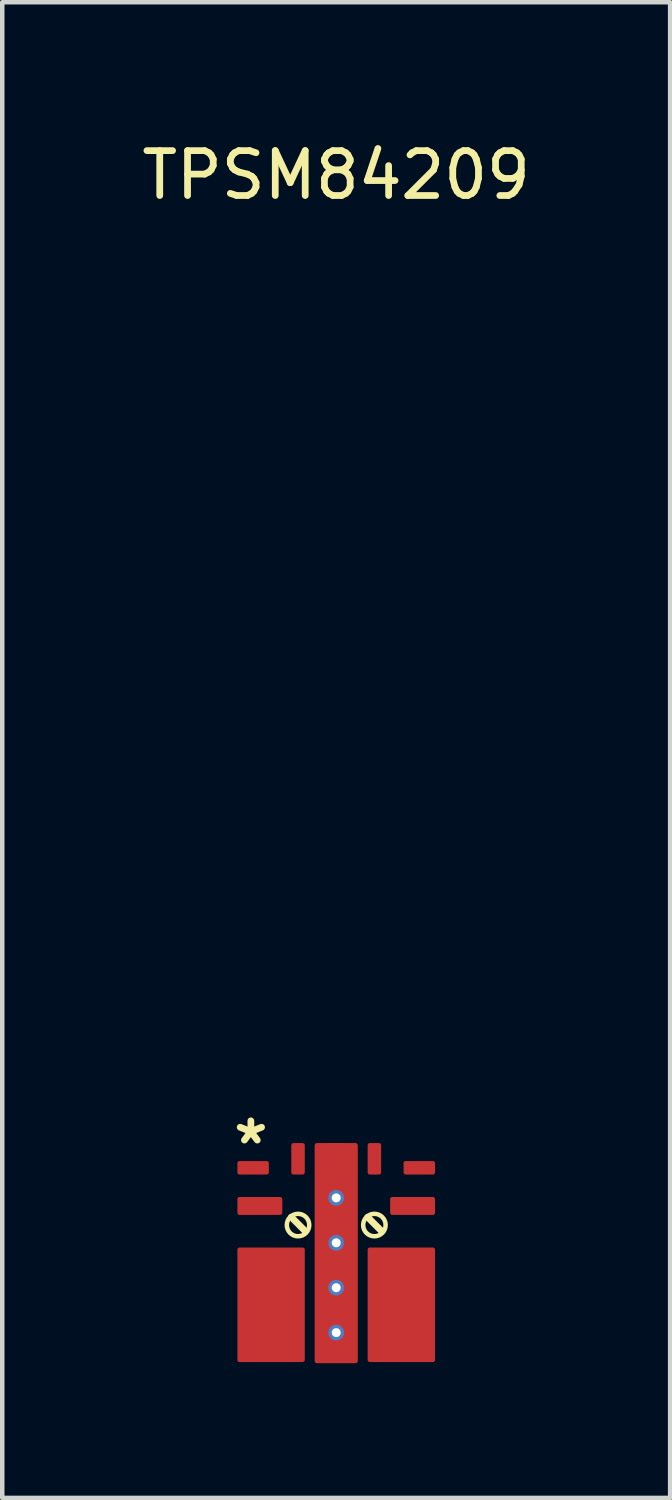
<source format=kicad_pcb>
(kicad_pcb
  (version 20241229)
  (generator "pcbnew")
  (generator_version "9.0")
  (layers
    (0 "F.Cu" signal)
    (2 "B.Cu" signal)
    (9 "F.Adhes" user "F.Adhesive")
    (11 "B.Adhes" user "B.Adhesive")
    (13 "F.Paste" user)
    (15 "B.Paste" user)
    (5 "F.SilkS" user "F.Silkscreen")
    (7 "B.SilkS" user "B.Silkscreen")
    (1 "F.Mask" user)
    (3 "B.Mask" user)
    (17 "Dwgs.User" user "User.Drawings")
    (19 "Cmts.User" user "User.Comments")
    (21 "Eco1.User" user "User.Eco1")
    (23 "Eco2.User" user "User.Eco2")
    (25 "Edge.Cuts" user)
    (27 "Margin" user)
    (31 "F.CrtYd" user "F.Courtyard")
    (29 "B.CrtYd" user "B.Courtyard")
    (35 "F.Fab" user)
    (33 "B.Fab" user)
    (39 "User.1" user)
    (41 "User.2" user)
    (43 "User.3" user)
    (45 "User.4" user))
  (footprint "TPSM84209"
    (layer "F.Cu")
    (at 4.435 24.848)
    (property "Reference" "TPSM84209" (at 0 -24 0) (layer "F.SilkS") (effects (font (size 1 1) (thickness 0.15))))
    (attr through_hole)
    (fp_line (start -1 -0.8) (end -0.7 -0.5) (stroke (width 0.15) (type solid)) (layer "F.SilkS"))
    (fp_line (start 0.7 -0.8) (end 1 -0.5) (stroke (width 0.15) (type solid)) (layer "F.SilkS"))
    (fp_circle (center -0.85 -0.625) (end -0.6 -0.625) (stroke (width 0.1) (type solid)) (fill no) (layer "F.SilkS"))
    (fp_circle (center 0.85 -0.625) (end 1.1 -0.625) (stroke (width 0.1) (type solid)) (fill no) (layer "F.SilkS"))
    (fp_text user "*" (at -1.9 -2.4 0) (layer "F.SilkS") (effects (font (size 1 1) (thickness 0.15))))
    (pad "" thru_hole circle (at 0 -1.23 180) (size 0.35 0.35) (drill 0.2) (layers "*.Cu"))
    (pad "" thru_hole circle (at 0 -0.23 180) (size 0.35 0.35) (drill 0.2) (layers "*.Cu"))
    (pad "" smd roundrect (at 0 0 180) (size 0.96 4.9) (layers "F.Cu") (roundrect_rratio 0.05))
    (pad "" thru_hole circle (at 0 0.77 180) (size 0.35 0.35) (drill 0.2) (layers "*.Cu"))
    (pad "" thru_hole circle (at 0 1.77 180) (size 0.35 0.35) (drill 0.2) (layers "*.Cu"))
    (pad "1" smd roundrect (at -1.85 -1.9) (size 0.7 0.3) (layers "F.Cu" "F.Mask" "F.Paste") (roundrect_rratio 0.15))
    (pad "1" smd roundrect (at 1.85 -1.9) (size 0.7 0.3) (layers "F.Cu" "F.Mask" "F.Paste") (roundrect_rratio 0.15))
    (pad "2" smd roundrect (at -1.7 -1.05) (size 1 0.4) (layers "F.Cu" "F.Mask" "F.Paste") (roundrect_rratio 0.12))
    (pad "3" smd roundrect (at -1.45 1.15 180) (size 1.5 2.55) (layers "F.Cu" "F.Mask" "F.Paste") (roundrect_rratio 0.03))
    (pad "4" smd roundrect (at 1.45 1.15 180) (size 1.5 2.55) (layers "F.Cu" "F.Mask" "F.Paste") (roundrect_rratio 0.03))
    (pad "8" smd roundrect (at 0 -1.95 90) (size 1 0.4) (layers "F.Cu" "F.Mask" "F.Paste") (roundrect_rratio 0.12))
    (pad "8" smd roundrect (at 1.7 -1.05 180) (size 1 0.4) (layers "F.Cu" "F.Mask" "F.Paste") (roundrect_rratio 0.12))
    (pad "9" smd roundrect (at -0.85 -2.1) (size 0.3 0.7) (layers "F.Cu" "F.Mask" "F.Paste") (roundrect_rratio 0.15))
    (pad "9" smd roundrect (at 0.85 -2.1) (size 0.3 0.7) (layers "F.Cu" "F.Mask" "F.Paste") (roundrect_rratio 0.15)))
  (gr_rect
    (start -3 -3)
    (end 11.869 30.298)
    (stroke (width 0.1) (type default))
    (fill no)
    (layer "Edge.Cuts")))
</source>
